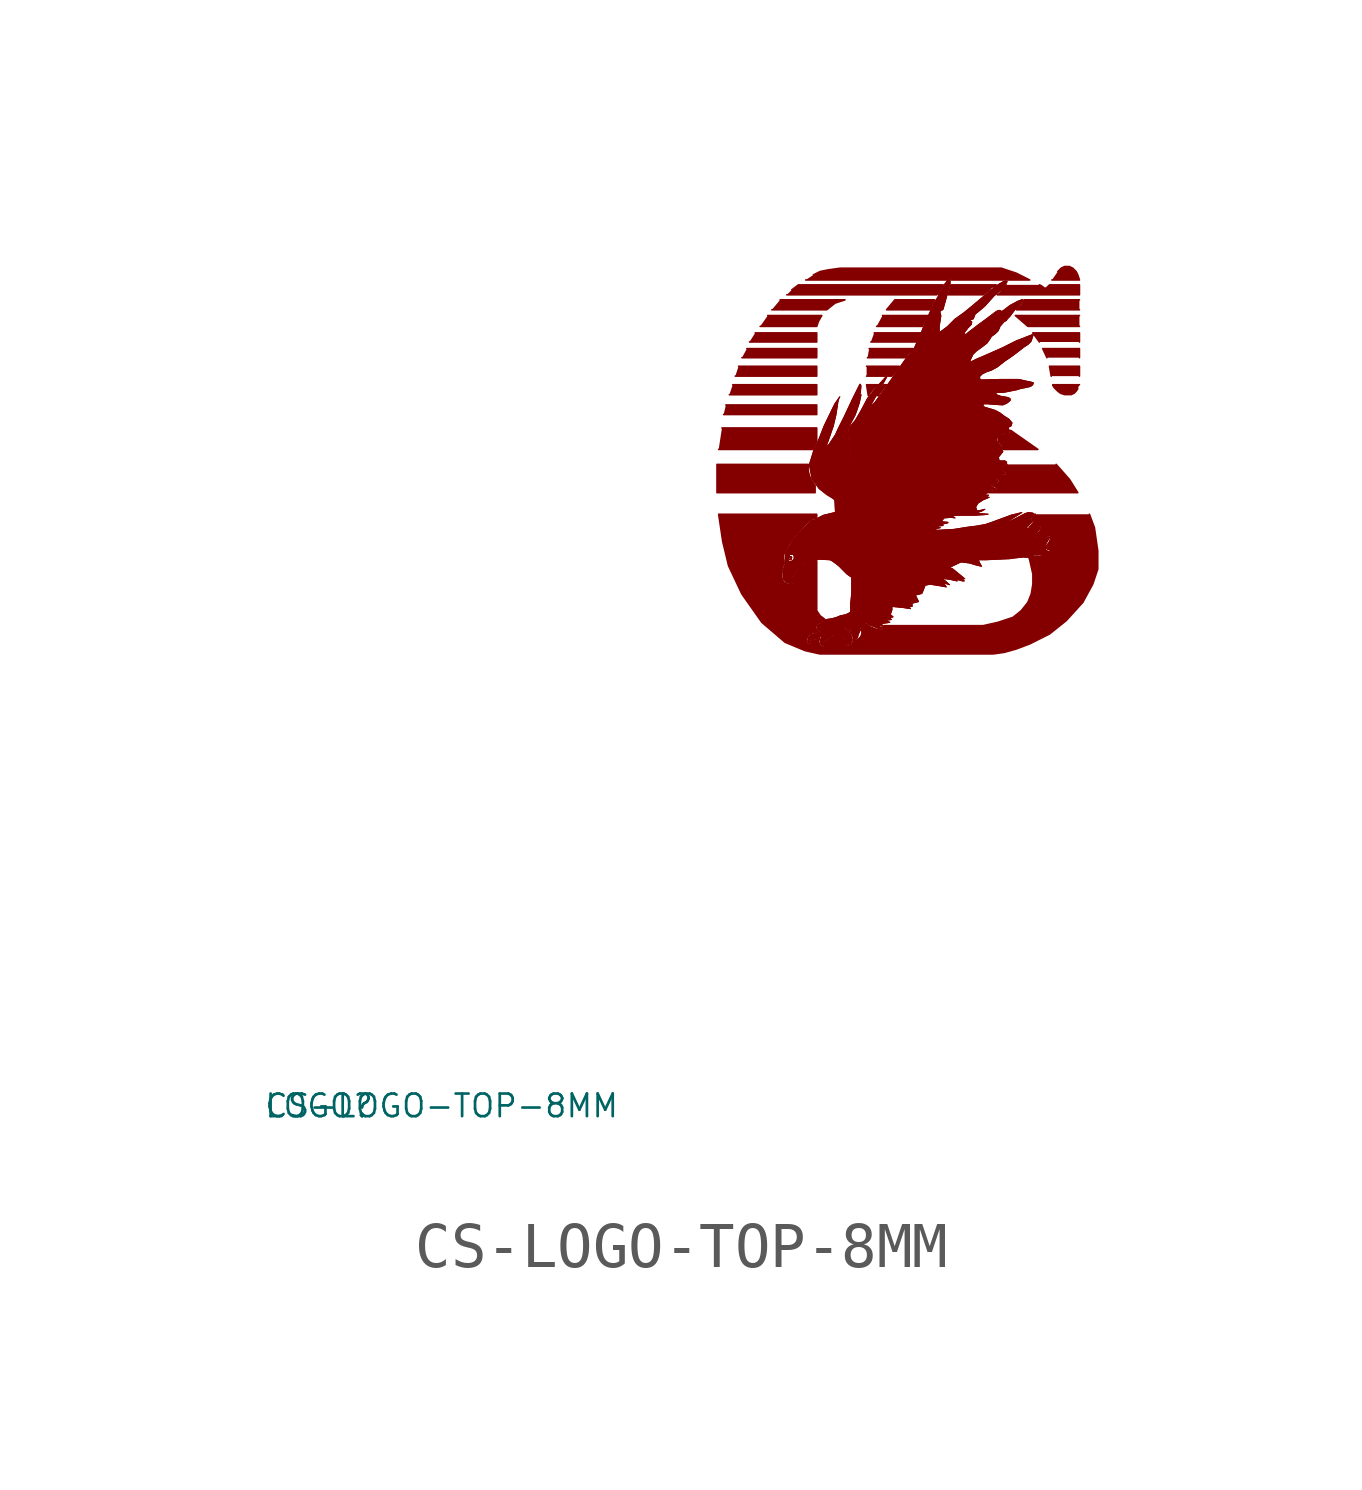
<source format=kicad_sym>
(kicad_symbol_lib
  (version 20220914)
  (generator Eagle2Kicad)
  (symbol "CS-LOGO-TOP-8MM"
    (property "Reference" "LOGO"
      (at -10 -10 0)
      (effects (font (size 0.5 0.5) (thickness 0.06)) (justify left)))
    (property "Value" "CS-LOGO-TOP-8MM"
      (at -10 -10 0)
      (effects (font (size 0.5 0.5) (thickness 0.06)) (justify left)))
    (polyline
      (pts (xy 2.093 0.232) (xy 2.069 0.244) (xy 2.045 0.28) (xy 2.069 0.376) (xy 2.117 0.425) (xy 2.225 0.461) (xy 2.298 0.485) (xy 2.346 0.509) (xy 2.382 0.545) (xy 2.37 0.605) (xy 2.322 0.617) (xy 2.286 0.593) (xy 2.286 0.533) (xy 2.262 0.557) (xy 2.25 0.605) (xy 2.274 0.641) (xy 2.322 0.665) (xy 2.37 0.689) (xy 2.394 0.713) (xy 2.43 0.749) (xy 2.454 0.761) (xy 2.598 0.785) (xy 2.682 0.809) (xy 2.767 0.845) (xy 2.827 0.857) (xy 2.887 0.869) (xy 2.983 0.917) (xy 2.995 0.93) (xy 2.995 1.11) (xy 3.019 1.362) (xy 3.019 1.699) (xy 2.995 1.711) (xy 2.911 1.771) (xy 2.827 1.855) (xy 2.743 1.94) (xy 2.67 2) (xy 2.586 2.06) (xy 2.538 2.084) (xy 2.286 2.096) (xy 1.949 1.988) (xy 1.817 1.879) (xy 1.708 1.735) (xy 1.684 1.699) (xy 1.684 1.603) (xy 1.72 1.555) (xy 1.672 1.555) (xy 1.576 1.579) (xy 1.504 1.663) (xy 1.492 1.843) (xy 1.552 2) (xy 1.552 2.012) (xy 1.54 2.048) (xy 1.552 2.228) (xy 1.6 2.324) (xy 1.72 2.517) (xy 1.901 2.733) (xy 2.153 2.974) (xy 2.141 2.938) (xy 2.153 2.938) (xy 2.25 2.998) (xy 2.394 3.07) (xy 2.646 3.13) (xy 2.658 3.142) (xy 2.646 3.394) (xy 2.622 3.431) (xy 2.466 3.527) (xy 2.298 3.659) (xy 2.141 3.875) (xy 2.081 4.188) (xy 2.177 4.501) (xy 2.298 4.765) (xy 2.406 5.042) (xy 2.574 5.39) (xy 2.646 5.535) (xy 2.755 5.691) (xy 2.731 5.643) (xy 2.718 5.607) (xy 2.67 5.294) (xy 2.61 5.042) (xy 2.514 4.765) (xy 2.454 4.597) (xy 2.466 4.597) (xy 2.514 4.633) (xy 2.658 4.849) (xy 2.718 4.982) (xy 2.851 5.246) (xy 3.031 5.631) (xy 3.199 5.968) (xy 3.211 5.968) (xy 3.223 5.932) (xy 3.211 5.775) (xy 3.175 5.739) (xy 3.175 5.727) (xy 3.199 5.739) (xy 3.223 5.739) (xy 3.223 5.727) (xy 3.187 5.559) (xy 3.127 5.378) (xy 3.091 5.282) (xy 3.007 5.126) (xy 2.935 4.994) (xy 3.199 2.252) (xy 1.648 2.216) (xy 1.6 2.144) (xy 1.6 2.084) (xy 1.612 2.048) (xy 1.636 2.036) (xy 1.684 2.036) (xy 1.745 2.084) (xy 1.745 2.192) (xy 1.72 2.216) (xy 1.901 2.216) (xy 3.199 2.252) (xy 3.332 0.689) (xy 3.235 0.593) (xy 3.199 0.569) (xy 3.211 0.533) (xy 3.115 0.328) (xy 3.151 0.364) (xy 3.151 0.497) (xy 3.031 0.497) (xy 3.019 0.509) (xy 2.959 0.581) (xy 2.899 0.593) (xy 2.851 0.557) (xy 2.923 0.509) (xy 2.995 0.437) (xy 3.031 0.304) (xy 2.995 0.232) (xy 2.911 0.184) (xy 2.959 0.232) (xy 2.959 0.34) (xy 2.875 0.34) (xy 2.839 0.376) (xy 2.743 0.437) (xy 2.634 0.437) (xy 2.598 0.412) (xy 2.562 0.364) (xy 2.514 0.364) (xy 2.406 0.292) (xy 2.37 0.268) (xy 2.358 0.22) (xy 2.394 0.172) (xy 2.37 0.184) (xy 2.322 0.232) (xy 2.322 0.316) (xy 2.394 0.412) (xy 2.346 0.388) (xy 2.213 0.328) (xy 2.201 0.328) (xy 2.165 0.364) (xy 2.129 0.364) (xy 2.093 0.304))
      (stroke (width 0.012) (type default))
      (fill (type outline)))
    (polyline
      (pts (xy 2.947 4.994) (xy 2.971 5.018) (xy 3.103 5.174) (xy 3.235 5.402) (xy 3.368 5.655) (xy 3.56 5.895) (xy 3.801 6.16) (xy 3.801 6.148) (xy 3.777 6.1) (xy 3.584 5.763) (xy 3.416 5.463) (xy 3.452 5.487) (xy 3.536 5.571) (xy 3.692 5.787) (xy 3.789 5.92) (xy 4.005 6.232) (xy 4.234 6.557) (xy 4.354 6.701) (xy 4.402 6.761) (xy 4.582 7.17) (xy 4.642 7.326) (xy 4.847 7.771) (xy 5.171 8.3) (xy 5.183 8.3) (xy 5.195 8.276) (xy 5.195 8.192) (xy 5.123 7.927) (xy 5.039 7.627) (xy 5.027 7.615) (xy 5.015 7.615) (xy 4.967 7.579) (xy 4.979 7.531) (xy 4.991 7.483) (xy 4.979 7.398) (xy 4.955 7.254) (xy 4.955 7.122) (xy 4.967 7.122) (xy 4.991 7.134) (xy 5.135 7.242) (xy 5.304 7.41) (xy 5.424 7.495) (xy 5.508 7.555) (xy 5.712 7.723) (xy 5.869 7.855) (xy 6.085 8.036) (xy 6.254 8.168) (xy 6.374 8.24) (xy 6.422 8.252) (xy 6.446 8.252) (xy 6.458 8.24) (xy 6.446 8.216) (xy 6.362 8.12) (xy 6.314 8.048) (xy 6.217 7.964) (xy 6.169 7.927) (xy 6.061 7.807) (xy 5.977 7.711) (xy 5.881 7.627) (xy 5.749 7.519) (xy 5.712 7.423) (xy 5.7 7.41) (xy 5.628 7.398) (xy 5.628 7.386) (xy 5.676 7.35) (xy 5.664 7.29) (xy 5.592 7.218) (xy 5.508 7.11) (xy 5.508 7.074) (xy 5.556 7.074) (xy 5.592 7.11) (xy 5.797 7.266) (xy 5.977 7.398) (xy 6.217 7.579) (xy 6.266 7.603) (xy 6.302 7.603) (xy 6.314 7.591) (xy 6.338 7.579) (xy 6.362 7.591) (xy 6.41 7.627) (xy 6.518 7.711) (xy 6.698 7.807) (xy 6.795 7.843) (xy 6.807 7.831) (xy 6.795 7.795) (xy 6.734 7.711) (xy 6.626 7.615) (xy 6.518 7.471) (xy 6.458 7.41) (xy 6.446 7.386) (xy 6.434 7.374) (xy 6.398 7.362) (xy 6.302 7.254) (xy 6.278 7.194) (xy 6.254 7.146) (xy 6.193 7.086) (xy 6.157 7.062) (xy 6.109 7.026) (xy 6.073 6.966) (xy 6.013 6.881) (xy 5.905 6.797) (xy 5.773 6.701) (xy 5.7 6.629) (xy 5.628 6.473) (xy 5.64 6.461) (xy 5.676 6.473) (xy 5.773 6.521) (xy 6.025 6.629) (xy 6.35 6.773) (xy 6.662 6.929) (xy 7.035 7.074) (xy 7.023 7.026) (xy 6.987 6.918) (xy 6.927 6.857) (xy 6.819 6.785) (xy 6.759 6.737) (xy 6.65 6.653) (xy 6.518 6.557) (xy 6.41 6.485) (xy 6.302 6.4) (xy 6.241 6.352) (xy 6.109 6.28) (xy 6.001 6.244) (xy 5.905 6.196) (xy 5.845 6.136) (xy 5.857 6.076) (xy 5.893 6.064) (xy 6.314 6.076) (xy 6.71 6.076) (xy 7.035 6.004) (xy 7.035 5.992) (xy 7.023 5.956) (xy 6.975 5.92) (xy 6.867 5.895) (xy 6.747 5.871) (xy 6.674 5.847) (xy 6.554 5.823) (xy 6.434 5.799) (xy 6.362 5.787) (xy 6.229 5.787) (xy 6.205 5.763) (xy 6.217 5.739) (xy 6.314 5.703) (xy 6.458 5.679) (xy 6.518 5.655) (xy 6.53 5.619) (xy 6.494 5.583) (xy 6.446 5.547) (xy 6.362 5.511) (xy 6.169 5.523) (xy 6.013 5.535) (xy 5.941 5.535) (xy 5.917 5.499) (xy 5.953 5.463) (xy 6.193 5.39) (xy 6.302 5.33) (xy 6.398 5.258) (xy 6.494 5.198) (xy 6.566 5.114) (xy 6.542 5.042) (xy 6.506 5.03) (xy 6.482 5.006) (xy 6.494 4.97) (xy 6.518 4.921) (xy 6.506 4.909) (xy 6.41 4.897) (xy 6.314 4.861) (xy 6.229 4.801) (xy 6.229 4.777) (xy 6.229 4.705) (xy 6.241 4.669) (xy 6.314 4.621) (xy 6.338 4.549) (xy 6.35 4.525) (xy 6.362 4.477) (xy 6.314 4.417) (xy 6.266 4.356) (xy 6.278 4.284) (xy 6.314 4.272) (xy 6.41 4.272) (xy 6.446 4.248) (xy 6.446 4.224) (xy 6.41 4.188) (xy 6.338 4.14) (xy 6.326 4.068) (xy 6.35 4.044) (xy 6.398 4.02) (xy 6.422 3.996) (xy 6.41 3.984) (xy 6.302 3.972) (xy 6.229 3.972) (xy 6.157 3.936) (xy 6.169 3.875) (xy 6.229 3.851) (xy 6.254 3.839) (xy 6.254 3.815) (xy 6.205 3.791) (xy 6.121 3.755) (xy 6.097 3.731) (xy 6.097 3.707) (xy 6.121 3.695) (xy 6.217 3.647) (xy 6.121 3.623) (xy 5.977 3.539) (xy 5.989 3.515) (xy 6.049 3.515) (xy 5.977 3.479) (xy 6.061 3.467) (xy 5.917 3.406) (xy 5.809 3.334) (xy 5.761 3.25) (xy 5.785 3.178) (xy 5.821 3.166) (xy 5.965 3.202) (xy 5.905 3.166) (xy 5.773 3.118) (xy 5.833 3.106) (xy 6.037 3.094) (xy 5.953 3.082) (xy 5.761 3.07) (xy 5.436 3.07) (xy 5.231 3.058) (xy 5.304 3.01) (xy 5.219 3.022) (xy 5.063 3.01) (xy 5.003 2.938) (xy 5.015 2.926) (xy 5.147 2.914) (xy 5.147 2.901) (xy 5.039 2.877) (xy 5.027 2.865) (xy 5.039 2.853) (xy 5.039 2.841) (xy 5.027 2.841) (xy 4.931 2.829) (xy 4.919 2.817) (xy 4.931 2.805) (xy 4.979 2.793) (xy 4.919 2.781) (xy 4.823 2.733) (xy 3.139 2.721))
      (stroke (width 0.012) (type default))
      (fill (type outline)))
    (polyline
      (pts (xy 3.151 2.721) (xy 4.835 2.733) (xy 5.28 2.757) (xy 5.58 2.805) (xy 5.773 2.829) (xy 5.977 2.865) (xy 6.121 2.914) (xy 6.542 3.07) (xy 6.783 3.13) (xy 6.398 2.889) (xy 6.422 2.889) (xy 6.578 2.962) (xy 6.855 3.106) (xy 6.927 3.13) (xy 7.023 3.118) (xy 7.059 3.094) (xy 6.939 2.962) (xy 6.999 2.974) (xy 7.047 2.974) (xy 7.035 2.95) (xy 6.879 2.793) (xy 6.879 2.781) (xy 6.903 2.781) (xy 7.191 2.817) (xy 7.179 2.769) (xy 7.119 2.697) (xy 7.059 2.661) (xy 7.059 2.613) (xy 7.107 2.589) (xy 7.288 2.577) (xy 7.384 2.589) (xy 7.396 2.577) (xy 7.3 2.409) (xy 7.3 2.396) (xy 7.348 2.348) (xy 7.288 2.3) (xy 7.3 2.3) (xy 7.456 2.228) (xy 7.312 2.204) (xy 7.023 2.192) (xy 7.083 2.132) (xy 6.819 2.144) (xy 6.59 2.12) (xy 6.518 2.108) (xy 5.989 2.084) (xy 5.821 2.084) (xy 5.833 2.048) (xy 5.869 1.976) (xy 5.893 1.94) (xy 5.785 1.964) (xy 5.628 2.012) (xy 5.436 2.036) (xy 5.183 1.915) (xy 5.256 1.879) (xy 5.52 1.663) (xy 5.448 1.687) (xy 5.508 1.615) (xy 5.472 1.615) (xy 5.424 1.627) (xy 5.34 1.651) (xy 5.352 1.615) (xy 5.292 1.627) (xy 5.195 1.651) (xy 4.991 1.675) (xy 5.075 1.627) (xy 5.183 1.531) (xy 5.039 1.579) (xy 5.087 1.519) (xy 5.111 1.483) (xy 4.979 1.507) (xy 4.751 1.543) (xy 4.642 1.519) (xy 4.606 1.423) (xy 4.57 1.338) (xy 4.426 1.302) (xy 4.498 1.158) (xy 4.354 1.122) (xy 4.354 1.05) (xy 4.282 1.05) (xy 4.318 1.002) (xy 4.161 1.026) (xy 3.921 1.05) (xy 3.909 1.038) (xy 3.909 1.002) (xy 3.909 0.978) (xy 3.885 0.905) (xy 3.861 0.881) (xy 3.933 0.821) (xy 3.861 0.797) (xy 3.897 0.761) (xy 3.801 0.749) (xy 3.777 0.737) (xy 3.861 0.701) (xy 3.801 0.689) (xy 3.704 0.677) (xy 3.68 0.665) (xy 3.704 0.617) (xy 3.62 0.629) (xy 3.632 0.605) (xy 3.704 0.545) (xy 3.632 0.557) (xy 3.392 0.653) (xy 3.332 0.701))
      (stroke (width 0.012) (type default))
      (fill (type outline)))
    (polyline
      (pts (xy 1.6 2.144) (xy 1.612 2.168) (xy 1.636 2.204) (xy 1.696 2.228) (xy 1.757 2.192) (xy 1.769 2.096) (xy 1.708 2.036) (xy 1.612 2.036) (xy 1.588 2.06) (xy 1.588 2.12) (xy 1.612 2.12) (xy 1.612 2.096) (xy 1.612 2.06) (xy 1.624 2.048) (xy 1.684 2.048) (xy 1.745 2.096) (xy 1.757 2.156) (xy 1.72 2.204) (xy 1.648 2.204) (xy 1.634 2.179) (xy 1.651 2.158) (xy 1.668 2.157) (xy 1.694 2.144) (xy 1.677 2.085) (xy 1.637 2.087) (xy 1.612 2.084) (xy 1.625 2.109) (xy 1.636 2.096) (xy 1.672 2.096) (xy 1.672 2.132) (xy 1.648 2.144) (xy 1.623 2.12) (xy 1.624 2.108))
      (stroke (width 0.012) (type default))
      (fill (type outline)))
    (polyline
      (pts (xy 2.093 0.232) (xy 2.069 0.244) (xy 2.045 0.28) (xy 2.069 0.376) (xy 2.117 0.425) (xy 2.225 0.461) (xy 2.298 0.485) (xy 2.346 0.509) (xy 2.382 0.545) (xy 2.37 0.605) (xy 2.322 0.617) (xy 2.286 0.593) (xy 2.286 0.533) (xy 2.262 0.557) (xy 2.25 0.605) (xy 2.274 0.641) (xy 2.322 0.665) (xy 2.37 0.689) (xy 2.394 0.713) (xy 2.43 0.749) (xy 2.454 0.761) (xy 2.598 0.785) (xy 2.682 0.809) (xy 2.767 0.845) (xy 2.827 0.857) (xy 2.887 0.869) (xy 2.983 0.917) (xy 2.995 0.93) (xy 2.995 1.11) (xy 3.019 1.362) (xy 3.019 1.699) (xy 2.995 1.711) (xy 2.911 1.771) (xy 2.827 1.855) (xy 2.743 1.94) (xy 2.67 2) (xy 2.586 2.06) (xy 2.538 2.084) (xy 2.286 2.096) (xy 1.949 1.988) (xy 1.817 1.879) (xy 1.708 1.735) (xy 1.684 1.699) (xy 1.684 1.603) (xy 1.72 1.555) (xy 1.672 1.555) (xy 1.576 1.579) (xy 1.504 1.663) (xy 1.492 1.843) (xy 1.552 2) (xy 1.552 2.012) (xy 1.54 2.048) (xy 1.552 2.228) (xy 1.6 2.324) (xy 1.72 2.517) (xy 1.901 2.733) (xy 2.153 2.974) (xy 2.141 2.938) (xy 2.153 2.938) (xy 2.25 2.998) (xy 2.394 3.07) (xy 2.646 3.13) (xy 2.658 3.142) (xy 2.646 3.394) (xy 2.622 3.431) (xy 2.466 3.527) (xy 2.298 3.659) (xy 2.141 3.875) (xy 2.081 4.188) (xy 2.177 4.501) (xy 2.298 4.765) (xy 2.406 5.042) (xy 2.574 5.39) (xy 2.646 5.535) (xy 2.755 5.691) (xy 2.731 5.643) (xy 2.718 5.607) (xy 2.67 5.294) (xy 2.61 5.042) (xy 2.514 4.765) (xy 2.454 4.597) (xy 2.466 4.597) (xy 2.514 4.633) (xy 2.658 4.849) (xy 2.718 4.982) (xy 2.851 5.246) (xy 3.031 5.631) (xy 3.199 5.968) (xy 3.211 5.968) (xy 3.223 5.932) (xy 3.211 5.775) (xy 3.175 5.739) (xy 3.175 5.727) (xy 3.199 5.739) (xy 3.223 5.739) (xy 3.223 5.727) (xy 3.187 5.559) (xy 3.127 5.378) (xy 3.091 5.282) (xy 3.007 5.126) (xy 2.935 4.994) (xy 3.199 2.252) (xy 1.648 2.216) (xy 1.6 2.144) (xy 1.6 2.084) (xy 1.612 2.048) (xy 1.636 2.036) (xy 1.684 2.036) (xy 1.745 2.084) (xy 1.745 2.192) (xy 1.72 2.216) (xy 1.901 2.216) (xy 3.199 2.252) (xy 3.332 0.689) (xy 3.235 0.593) (xy 3.199 0.569) (xy 3.211 0.533) (xy 3.115 0.328) (xy 3.151 0.364) (xy 3.151 0.497) (xy 3.031 0.497) (xy 3.019 0.509) (xy 2.959 0.581) (xy 2.899 0.593) (xy 2.851 0.557) (xy 2.923 0.509) (xy 2.995 0.437) (xy 3.031 0.304) (xy 2.995 0.232) (xy 2.911 0.184) (xy 2.959 0.232) (xy 2.959 0.34) (xy 2.875 0.34) (xy 2.839 0.376) (xy 2.743 0.437) (xy 2.634 0.437) (xy 2.598 0.412) (xy 2.562 0.364) (xy 2.514 0.364) (xy 2.406 0.292) (xy 2.37 0.268) (xy 2.358 0.22) (xy 2.394 0.172) (xy 2.37 0.184) (xy 2.322 0.232) (xy 2.322 0.316) (xy 2.394 0.412) (xy 2.346 0.388) (xy 2.213 0.328) (xy 2.201 0.328) (xy 2.165 0.364) (xy 2.129 0.364) (xy 2.093 0.304))
      (stroke (width 0.012) (type default))
      (fill (type outline)))
    (polyline
      (pts (xy 2.947 4.994) (xy 2.971 5.018) (xy 3.103 5.174) (xy 3.235 5.402) (xy 3.368 5.655) (xy 3.56 5.895) (xy 3.801 6.16) (xy 3.801 6.148) (xy 3.777 6.1) (xy 3.584 5.763) (xy 3.416 5.463) (xy 3.452 5.487) (xy 3.536 5.571) (xy 3.692 5.787) (xy 3.789 5.92) (xy 4.005 6.232) (xy 4.234 6.557) (xy 4.354 6.701) (xy 4.402 6.761) (xy 4.582 7.17) (xy 4.642 7.326) (xy 4.847 7.771) (xy 5.171 8.3) (xy 5.183 8.3) (xy 5.195 8.276) (xy 5.195 8.192) (xy 5.123 7.927) (xy 5.039 7.627) (xy 5.027 7.615) (xy 5.015 7.615) (xy 4.967 7.579) (xy 4.979 7.531) (xy 4.991 7.483) (xy 4.979 7.398) (xy 4.955 7.254) (xy 4.955 7.122) (xy 4.967 7.122) (xy 4.991 7.134) (xy 5.135 7.242) (xy 5.304 7.41) (xy 5.424 7.495) (xy 5.508 7.555) (xy 5.712 7.723) (xy 5.869 7.855) (xy 6.085 8.036) (xy 6.254 8.168) (xy 6.374 8.24) (xy 6.422 8.252) (xy 6.446 8.252) (xy 6.458 8.24) (xy 6.446 8.216) (xy 6.362 8.12) (xy 6.314 8.048) (xy 6.217 7.964) (xy 6.169 7.927) (xy 6.061 7.807) (xy 5.977 7.711) (xy 5.881 7.627) (xy 5.749 7.519) (xy 5.712 7.423) (xy 5.7 7.41) (xy 5.628 7.398) (xy 5.628 7.386) (xy 5.676 7.35) (xy 5.664 7.29) (xy 5.592 7.218) (xy 5.508 7.11) (xy 5.508 7.074) (xy 5.556 7.074) (xy 5.592 7.11) (xy 5.797 7.266) (xy 5.977 7.398) (xy 6.217 7.579) (xy 6.266 7.603) (xy 6.302 7.603) (xy 6.314 7.591) (xy 6.338 7.579) (xy 6.362 7.591) (xy 6.41 7.627) (xy 6.518 7.711) (xy 6.698 7.807) (xy 6.795 7.843) (xy 6.807 7.831) (xy 6.795 7.795) (xy 6.734 7.711) (xy 6.626 7.615) (xy 6.518 7.471) (xy 6.458 7.41) (xy 6.446 7.386) (xy 6.434 7.374) (xy 6.398 7.362) (xy 6.302 7.254) (xy 6.278 7.194) (xy 6.254 7.146) (xy 6.193 7.086) (xy 6.157 7.062) (xy 6.109 7.026) (xy 6.073 6.966) (xy 6.013 6.881) (xy 5.905 6.797) (xy 5.773 6.701) (xy 5.7 6.629) (xy 5.628 6.473) (xy 5.64 6.461) (xy 5.676 6.473) (xy 5.773 6.521) (xy 6.025 6.629) (xy 6.35 6.773) (xy 6.662 6.929) (xy 7.035 7.074) (xy 7.023 7.026) (xy 6.987 6.918) (xy 6.927 6.857) (xy 6.819 6.785) (xy 6.759 6.737) (xy 6.65 6.653) (xy 6.518 6.557) (xy 6.41 6.485) (xy 6.302 6.4) (xy 6.241 6.352) (xy 6.109 6.28) (xy 6.001 6.244) (xy 5.905 6.196) (xy 5.845 6.136) (xy 5.857 6.076) (xy 5.893 6.064) (xy 6.314 6.076) (xy 6.71 6.076) (xy 7.035 6.004) (xy 7.035 5.992) (xy 7.023 5.956) (xy 6.975 5.92) (xy 6.867 5.895) (xy 6.747 5.871) (xy 6.674 5.847) (xy 6.554 5.823) (xy 6.434 5.799) (xy 6.362 5.787) (xy 6.229 5.787) (xy 6.205 5.763) (xy 6.217 5.739) (xy 6.314 5.703) (xy 6.458 5.679) (xy 6.518 5.655) (xy 6.53 5.619) (xy 6.494 5.583) (xy 6.446 5.547) (xy 6.362 5.511) (xy 6.169 5.523) (xy 6.013 5.535) (xy 5.941 5.535) (xy 5.917 5.499) (xy 5.953 5.463) (xy 6.193 5.39) (xy 6.302 5.33) (xy 6.398 5.258) (xy 6.494 5.198) (xy 6.566 5.114) (xy 6.542 5.042) (xy 6.506 5.03) (xy 6.482 5.006) (xy 6.494 4.97) (xy 6.518 4.921) (xy 6.506 4.909) (xy 6.41 4.897) (xy 6.314 4.861) (xy 6.229 4.801) (xy 6.229 4.777) (xy 6.229 4.705) (xy 6.241 4.669) (xy 6.314 4.621) (xy 6.338 4.549) (xy 6.35 4.525) (xy 6.362 4.477) (xy 6.314 4.417) (xy 6.266 4.356) (xy 6.278 4.284) (xy 6.314 4.272) (xy 6.41 4.272) (xy 6.446 4.248) (xy 6.446 4.224) (xy 6.41 4.188) (xy 6.338 4.14) (xy 6.326 4.068) (xy 6.35 4.044) (xy 6.398 4.02) (xy 6.422 3.996) (xy 6.41 3.984) (xy 6.302 3.972) (xy 6.229 3.972) (xy 6.157 3.936) (xy 6.169 3.875) (xy 6.229 3.851) (xy 6.254 3.839) (xy 6.254 3.815) (xy 6.205 3.791) (xy 6.121 3.755) (xy 6.097 3.731) (xy 6.097 3.707) (xy 6.121 3.695) (xy 6.217 3.647) (xy 6.121 3.623) (xy 5.977 3.539) (xy 5.989 3.515) (xy 6.049 3.515) (xy 5.977 3.479) (xy 6.061 3.467) (xy 5.917 3.406) (xy 5.809 3.334) (xy 5.761 3.25) (xy 5.785 3.178) (xy 5.821 3.166) (xy 5.965 3.202) (xy 5.905 3.166) (xy 5.773 3.118) (xy 5.833 3.106) (xy 6.037 3.094) (xy 5.953 3.082) (xy 5.761 3.07) (xy 5.436 3.07) (xy 5.231 3.058) (xy 5.304 3.01) (xy 5.219 3.022) (xy 5.063 3.01) (xy 5.003 2.938) (xy 5.015 2.926) (xy 5.147 2.914) (xy 5.147 2.901) (xy 5.039 2.877) (xy 5.027 2.865) (xy 5.039 2.853) (xy 5.039 2.841) (xy 5.027 2.841) (xy 4.931 2.829) (xy 4.919 2.817) (xy 4.931 2.805) (xy 4.979 2.793) (xy 4.919 2.781) (xy 4.823 2.733) (xy 3.139 2.721))
      (stroke (width 0.012) (type default))
      (fill (type outline)))
    (polyline
      (pts (xy 3.151 2.721) (xy 4.835 2.733) (xy 5.28 2.757) (xy 5.58 2.805) (xy 5.773 2.829) (xy 5.977 2.865) (xy 6.121 2.914) (xy 6.542 3.07) (xy 6.783 3.13) (xy 6.398 2.889) (xy 6.422 2.889) (xy 6.578 2.962) (xy 6.855 3.106) (xy 6.927 3.13) (xy 7.023 3.118) (xy 7.059 3.094) (xy 6.939 2.962) (xy 6.999 2.974) (xy 7.047 2.974) (xy 7.035 2.95) (xy 6.879 2.793) (xy 6.879 2.781) (xy 6.903 2.781) (xy 7.191 2.817) (xy 7.179 2.769) (xy 7.119 2.697) (xy 7.059 2.661) (xy 7.059 2.613) (xy 7.107 2.589) (xy 7.288 2.577) (xy 7.384 2.589) (xy 7.396 2.577) (xy 7.3 2.409) (xy 7.3 2.396) (xy 7.348 2.348) (xy 7.288 2.3) (xy 7.3 2.3) (xy 7.456 2.228) (xy 7.312 2.204) (xy 7.023 2.192) (xy 7.083 2.132) (xy 6.819 2.144) (xy 6.59 2.12) (xy 6.518 2.108) (xy 5.989 2.084) (xy 5.821 2.084) (xy 5.833 2.048) (xy 5.869 1.976) (xy 5.893 1.94) (xy 5.785 1.964) (xy 5.628 2.012) (xy 5.436 2.036) (xy 5.183 1.915) (xy 5.256 1.879) (xy 5.52 1.663) (xy 5.448 1.687) (xy 5.508 1.615) (xy 5.472 1.615) (xy 5.424 1.627) (xy 5.34 1.651) (xy 5.352 1.615) (xy 5.292 1.627) (xy 5.195 1.651) (xy 4.991 1.675) (xy 5.075 1.627) (xy 5.183 1.531) (xy 5.039 1.579) (xy 5.087 1.519) (xy 5.111 1.483) (xy 4.979 1.507) (xy 4.751 1.543) (xy 4.642 1.519) (xy 4.606 1.423) (xy 4.57 1.338) (xy 4.426 1.302) (xy 4.498 1.158) (xy 4.354 1.122) (xy 4.354 1.05) (xy 4.282 1.05) (xy 4.318 1.002) (xy 4.161 1.026) (xy 3.921 1.05) (xy 3.909 1.038) (xy 3.909 1.002) (xy 3.909 0.978) (xy 3.885 0.905) (xy 3.861 0.881) (xy 3.933 0.821) (xy 3.861 0.797) (xy 3.897 0.761) (xy 3.801 0.749) (xy 3.777 0.737) (xy 3.861 0.701) (xy 3.801 0.689) (xy 3.704 0.677) (xy 3.68 0.665) (xy 3.704 0.617) (xy 3.62 0.629) (xy 3.632 0.605) (xy 3.704 0.545) (xy 3.632 0.557) (xy 3.392 0.653) (xy 3.332 0.701))
      (stroke (width 0.012) (type default))
      (fill (type outline)))
    (polyline
      (pts (xy 1.6 2.144) (xy 1.612 2.168) (xy 1.636 2.204) (xy 1.696 2.228) (xy 1.757 2.192) (xy 1.769 2.096) (xy 1.708 2.036) (xy 1.612 2.036) (xy 1.588 2.06) (xy 1.588 2.12) (xy 1.612 2.12) (xy 1.612 2.096) (xy 1.612 2.06) (xy 1.624 2.048) (xy 1.684 2.048) (xy 1.745 2.096) (xy 1.757 2.156) (xy 1.72 2.204) (xy 1.648 2.204) (xy 1.634 2.179) (xy 1.651 2.158) (xy 1.668 2.157) (xy 1.694 2.144) (xy 1.677 2.085) (xy 1.637 2.087) (xy 1.612 2.084) (xy 1.625 2.109) (xy 1.636 2.096) (xy 1.672 2.096) (xy 1.672 2.132) (xy 1.648 2.144) (xy 1.623 2.12) (xy 1.624 2.108))
      (stroke (width 0.012) (type default))
      (fill (type outline)))
    (polyline
      (pts (xy 2.052 4.115) (xy 2.053 4.106) (xy 2.053 4.098) (xy 2.054 4.097) (xy 2.061 4.032) (xy 2.06 4.03) (xy 2.063 4.022) (xy 2.063 4.014) (xy 2.065 4.013) (xy 2.082 3.95) (xy 2.082 3.948) (xy 2.085 3.941) (xy 2.087 3.933) (xy 2.089 3.932) (xy 2.116 3.873) (xy 2.115 3.871) (xy 2.12 3.864) (xy 2.123 3.856) (xy 2.125 3.855) (xy 2.188 3.756) (xy 2.188 3.755) (xy 2.193 3.748) (xy 2.198 3.741) (xy 2.199 3.74) (xy 2.208 3.73) (xy 2.208 3.569) (xy 0.037 3.569) (xy 0.037 4.195) (xy 2.057 4.195) (xy 2.057 4.191) (xy 2.055 4.183) (xy 2.056 4.181) (xy 2.054 4.116))
      (stroke (width 0.036) (type default))
      (fill (type outline)))
    (polyline
      (pts (xy 0.147 5.001) (xy 2.244 5.001) (xy 2.244 4.707) (xy 2.162 4.526) (xy 0.074 4.526))
      (stroke (width 0.036) (type default))
      (fill (type outline)))
    (polyline
      (pts (xy 0.234 5.51) (xy 2.244 5.51) (xy 2.244 5.298) (xy 0.184 5.298))
      (stroke (width 0.036) (type default))
      (fill (type outline)))
    (polyline
      (pts (xy 0.385 5.958) (xy 2.244 5.958) (xy 2.244 5.737) (xy 0.311 5.737))
      (stroke (width 0.036) (type default))
      (fill (type outline)))
    (polyline
      (pts (xy 0.515 6.366) (xy 2.244 6.366) (xy 2.244 6.148) (xy 0.442 6.148))
      (stroke (width 0.036) (type default))
      (fill (type outline)))
    (polyline
      (pts (xy 0.699 6.757) (xy 2.244 6.757) (xy 2.244 6.556) (xy 0.589 6.556))
      (stroke (width 0.036) (type default))
      (fill (type outline)))
    (polyline
      (pts (xy 0.883 7.105) (xy 2.244 7.105) (xy 2.244 6.904) (xy 0.756 6.904))
      (stroke (width 0.036) (type default))
      (fill (type outline)))
    (polyline
      (pts (xy 1.161 7.489) (xy 2.355 7.489) (xy 2.281 7.359) (xy 2.244 7.249) (xy 0.993 7.249))
      (stroke (width 0.036) (type default))
      (fill (type outline)))
    (polyline
      (pts (xy 1.435 7.837) (xy 2.87 7.837) (xy 2.649 7.764) (xy 2.465 7.617) (xy 1.251 7.617))
      (stroke (width 0.036) (type default))
      (fill (type outline)))
    (polyline
      (pts (xy 1.693 8.058) (xy 1.84 8.168) (xy 5.039 8.168) (xy 5.03 8.157) (xy 5.029 8.157) (xy 5.024 8.15) (xy 5.019 8.143) (xy 5.019 8.141) (xy 4.92 7.979) (xy 4.918 7.978) (xy 4.914 7.97) (xy 4.91 7.963) (xy 4.91 7.961) (xy 4.904 7.948) (xy 1.582 7.948))
      (stroke (width 0.036) (type default))
      (fill (type outline)))
    (polyline
      (pts (xy 6.079 8.061) (xy 6.079 8.061) (xy 6.071 8.056) (xy 6.063 8.05) (xy 6.063 8.049) (xy 5.965 7.976) (xy 5.964 7.976) (xy 5.957 7.97) (xy 5.95 7.964) (xy 5.95 7.963) (xy 5.933 7.948) (xy 5.154 7.948) (xy 5.214 8.168) (xy 6.216 8.168) (xy 6.156 8.118))
      (stroke (width 0.036) (type default))
      (fill (type outline)))
    (polyline
      (pts (xy 7.172 8.168) (xy 7.209 8.152) (xy 7.285 8.095) (xy 7.322 8.095) (xy 7.396 8.168) (xy 8.058 8.168) (xy 8.058 7.948) (xy 6.242 7.948) (xy 6.251 7.952) (xy 6.253 7.951) (xy 6.26 7.956) (xy 6.267 7.959) (xy 6.268 7.961) (xy 6.282 7.972) (xy 6.285 7.972) (xy 6.29 7.978) (xy 6.296 7.982) (xy 6.297 7.985) (xy 6.309 7.998) (xy 6.312 7.998) (xy 6.316 8.005) (xy 6.321 8.011) (xy 6.321 8.013) (xy 6.329 8.027) (xy 6.33 8.027) (xy 6.335 8.035) (xy 6.34 8.043) (xy 6.34 8.044) (xy 6.356 8.072) (xy 6.381 8.104) (xy 6.437 8.168))
      (stroke (width 0.036) (type default))
      (fill (type outline)))
    (polyline
      (pts (xy 2.171 8.389) (xy 2.318 8.463) (xy 2.502 8.5) (xy 2.76 8.536) (xy 6.329 8.536) (xy 6.66 8.426) (xy 6.957 8.276) (xy 5.223 8.276) (xy 5.201 8.317) (xy 5.198 8.322) (xy 5.197 8.322) (xy 5.196 8.324) (xy 5.191 8.325) (xy 5.187 8.328) (xy 5.184 8.327) (xy 5.182 8.329) (xy 5.177 8.328) (xy 5.173 8.329) (xy 5.17 8.327) (xy 5.167 8.328) (xy 5.164 8.325) (xy 5.159 8.324) (xy 5.159 8.323) (xy 5.158 8.323) (xy 5.154 8.318) (xy 5.131 8.276) (xy 2.001 8.276))
      (stroke (width 0.036) (type default))
      (fill (type outline)))
    (polyline
      (pts (xy 7.58 8.463) (xy 7.653 8.536) (xy 7.727 8.573) (xy 7.837 8.573) (xy 7.911 8.536) (xy 7.984 8.463) (xy 8.021 8.389) (xy 8.058 8.276) (xy 7.449 8.276))
      (stroke (width 0.036) (type default))
      (fill (type outline)))
    (polyline
      (pts (xy 8.058 7.617) (xy 6.663 7.617) (xy 6.694 7.647) (xy 6.742 7.686) (xy 6.743 7.686) (xy 6.75 7.692) (xy 6.758 7.698) (xy 6.758 7.699) (xy 6.764 7.705) (xy 6.767 7.705) (xy 6.772 7.711) (xy 6.778 7.716) (xy 6.778 7.718) (xy 6.785 7.726) (xy 6.787 7.727) (xy 6.791 7.734) (xy 6.797 7.74) (xy 6.796 7.742) (xy 6.802 7.752) (xy 6.804 7.752) (xy 6.807 7.76) (xy 6.811 7.767) (xy 6.811 7.769) (xy 6.814 7.778) (xy 6.815 7.778) (xy 6.818 7.787) (xy 6.821 7.796) (xy 6.821 7.796) (xy 6.827 7.816) (xy 6.829 7.817) (xy 6.83 7.825) (xy 6.831 7.826) (xy 6.833 7.83) (xy 6.833 7.832) (xy 6.833 7.833) (xy 6.832 7.835) (xy 6.832 7.835) (xy 6.832 7.837) (xy 8.058 7.837))
      (stroke (width 0.036) (type default))
      (fill (type outline)))
    (polyline
      (pts (xy 8.058 7.249) (xy 6.917 7.249) (xy 6.64 7.489) (xy 8.058 7.489))
      (stroke (width 0.036) (type default))
      (fill (type outline)))
    (polyline
      (pts (xy 7.172 6.904) (xy 7.025 7.105) (xy 8.058 7.105) (xy 8.058 6.904))
      (stroke (width 0.036) (type default))
      (fill (type outline)))
    (polyline
      (pts (xy 7.339 6.556) (xy 7.245 6.757) (xy 8.058 6.757) (xy 8.058 6.556))
      (stroke (width 0.036) (type default))
      (fill (type outline)))
    (polyline
      (pts (xy 7.433 6.148) (xy 7.396 6.366) (xy 8.058 6.366) (xy 8.058 6.148))
      (stroke (width 0.036) (type default))
      (fill (type outline)))
    (polyline
      (pts (xy 8.021 5.867) (xy 8.02 5.87) (xy 7.984 5.814) (xy 7.94 5.77) (xy 7.874 5.74) (xy 7.727 5.74) (xy 7.64 5.77) (xy 7.58 5.814) (xy 7.506 5.887) (xy 7.469 5.941) (xy 7.469 5.958) (xy 8.058 5.958))
      (stroke (width 0.036) (type default))
      (fill (type outline)))
    (polyline
      (pts (xy 4.829 7.791) (xy 4.825 7.781) (xy 4.82 7.773) (xy 4.82 7.772) (xy 4.749 7.617) (xy 3.79 7.617) (xy 3.974 7.837) (xy 4.851 7.837) (xy 4.829 7.791))
      (stroke (width 0.036) (type default))
      (fill (type outline)))
    (polyline
      (pts (xy 3.7 7.489) (xy 4.701 7.489) (xy 4.624 7.345) (xy 4.624 7.345) (xy 4.62 7.336) (xy 4.616 7.327) (xy 4.616 7.327) (xy 4.589 7.267) (xy 4.588 7.267) (xy 4.585 7.258) (xy 4.582 7.25) (xy 4.582 7.249) (xy 4.582 7.249) (xy 3.569 7.249))
      (stroke (width 0.036) (type default))
      (fill (type outline)))
    (polyline
      (pts (xy 3.516 7.105) (xy 4.542 7.105) (xy 4.513 7.036) (xy 4.474 6.942) (xy 4.461 6.904) (xy 3.442 6.904))
      (stroke (width 0.036) (type default))
      (fill (type outline)))
    (polyline
      (pts (xy 3.405 6.757) (xy 4.377 6.757) (xy 4.278 6.654) (xy 4.277 6.654) (xy 4.272 6.647) (xy 4.266 6.64) (xy 4.266 6.639) (xy 4.22 6.579) (xy 4.219 6.579) (xy 4.214 6.571) (xy 4.208 6.564) (xy 4.208 6.563) (xy 4.187 6.556) (xy 3.368 6.556))
      (stroke (width 0.036) (type default))
      (fill (type outline)))
    (polyline
      (pts (xy 3.348 6.366) (xy 4.069 6.366) (xy 3.991 6.254) (xy 3.991 6.254) (xy 3.985 6.245) (xy 3.979 6.238) (xy 3.979 6.238) (xy 3.909 6.148) (xy 3.828 6.148) (xy 3.816 6.148) (xy 3.825 6.158) (xy 3.825 6.162) (xy 3.817 6.151) (xy 3.825 6.151) (xy 3.826 6.152) (xy 3.825 6.161) (xy 3.825 6.17) (xy 3.824 6.171) (xy 3.824 6.172) (xy 3.817 6.178) (xy 3.811 6.184) (xy 3.81 6.184) (xy 3.809 6.185) (xy 3.8 6.184) (xy 3.791 6.184) (xy 3.79 6.184) (xy 3.788 6.183) (xy 3.783 6.176) (xy 3.776 6.17) (xy 3.776 6.169) (xy 3.765 6.148) (xy 3.348 6.148))
      (stroke (width 0.036) (type default))
      (fill (type outline)))
    (polyline
      (pts (xy 3.55 5.92) (xy 3.543 5.913) (xy 3.536 5.905) (xy 3.536 5.905) (xy 3.477 5.845) (xy 3.476 5.845) (xy 3.47 5.838) (xy 3.464 5.831) (xy 3.464 5.83) (xy 3.422 5.777) (xy 3.385 5.717) (xy 3.348 5.958) (xy 3.606 5.958) (xy 3.55 5.92))
      (stroke (width 0.036) (type default))
      (fill (type outline)))
    (polyline
      (pts (xy 6.363 4.564) (xy 6.361 4.572) (xy 6.36 4.58) (xy 6.359 4.581) (xy 6.358 4.585) (xy 6.358 4.587) (xy 6.355 4.595) (xy 6.353 4.602) (xy 6.351 4.604) (xy 6.35 4.607) (xy 6.35 4.61) (xy 6.346 4.616) (xy 6.343 4.624) (xy 6.34 4.625) (xy 6.338 4.628) (xy 6.338 4.631) (xy 6.333 4.636) (xy 6.328 4.643) (xy 6.326 4.643) (xy 6.316 4.654) (xy 6.315 4.657) (xy 6.309 4.661) (xy 6.303 4.666) (xy 6.301 4.666) (xy 6.288 4.674) (xy 6.287 4.677) (xy 6.28 4.68) (xy 6.274 4.684) (xy 6.271 4.683) (xy 6.251 4.691) (xy 6.25 4.692) (xy 6.251 4.693) (xy 6.255 4.701) (xy 6.258 4.702) (xy 6.26 4.709) (xy 6.263 4.715) (xy 6.262 4.719) (xy 6.263 4.721) (xy 6.266 4.723) (xy 6.266 4.73) (xy 6.267 4.737) (xy 6.266 4.74) (xy 6.266 4.742) (xy 6.267 4.745) (xy 6.266 4.752) (xy 6.266 4.759) (xy 6.263 4.761) (xy 6.262 4.764) (xy 6.263 4.767) (xy 6.26 4.773) (xy 6.258 4.78) (xy 6.255 4.782) (xy 6.251 4.789) (xy 6.269 4.808) (xy 6.294 4.826) (xy 6.323 4.839) (xy 6.418 4.874) (xy 6.446 4.883) (xy 6.474 4.887) (xy 6.496 4.886) (xy 6.497 4.885) (xy 6.506 4.885) (xy 6.506 4.885) (xy 6.511 4.883) (xy 6.514 4.885) (xy 6.515 4.885) (xy 6.516 4.886) (xy 6.521 4.886) (xy 6.522 4.887) (xy 6.524 4.887) (xy 6.528 4.891) (xy 6.533 4.893) (xy 6.533 4.894) (xy 6.535 4.895) (xy 6.537 4.9) (xy 6.541 4.904) (xy 6.541 4.905) (xy 6.542 4.906) (xy 6.542 4.912) (xy 6.544 4.917) (xy 6.544 4.918) (xy 6.544 4.918) (xy 6.543 4.924) (xy 6.543 4.93) (xy 6.54 4.933) (xy 6.539 4.938) (xy 6.54 4.941) (xy 6.537 4.947) (xy 7.138 4.526) (xy 6.382 4.526) (xy 6.382 4.528) (xy 6.377 4.532) (xy 6.374 4.538) (xy 6.37 4.539) (xy 6.367 4.542) (xy 6.363 4.546) (xy 6.363 4.546) (xy 6.362 4.547) (xy 6.362 4.551) (xy 6.361 4.562))
      (stroke (width 0.036) (type default))
      (fill (type outline)))
    (polyline
      (pts (xy 7.543 4.195) (xy 7.837 3.863) (xy 8.021 3.569) (xy 6.054 3.569) (xy 6.055 3.57) (xy 6.09 3.587) (xy 6.128 3.599) (xy 6.221 3.623) (xy 6.228 3.623) (xy 6.23 3.625) (xy 6.233 3.626) (xy 6.237 3.632) (xy 6.242 3.637) (xy 6.242 3.64) (xy 6.244 3.643) (xy 6.242 3.65) (xy 6.242 3.657) (xy 6.239 3.66) (xy 6.239 3.663) (xy 6.233 3.666) (xy 6.22 3.679) (xy 6.219 3.681) (xy 6.213 3.686) (xy 6.208 3.691) (xy 6.205 3.691) (xy 6.194 3.698) (xy 6.192 3.7) (xy 6.185 3.703) (xy 6.179 3.707) (xy 6.176 3.707) (xy 6.164 3.711) (xy 6.162 3.714) (xy 6.155 3.715) (xy 6.148 3.717) (xy 6.145 3.716) (xy 6.125 3.719) (xy 6.121 3.72) (xy 6.137 3.736) (xy 6.159 3.751) (xy 6.183 3.761) (xy 6.201 3.765) (xy 6.201 3.765) (xy 6.21 3.767) (xy 6.22 3.77) (xy 6.221 3.77) (xy 6.222 3.77) (xy 6.225 3.769) (xy 6.232 3.772) (xy 6.239 3.774) (xy 6.24 3.777) (xy 6.244 3.779) (xy 6.247 3.778) (xy 6.253 3.783) (xy 6.26 3.786) (xy 6.261 3.789) (xy 6.264 3.793) (xy 6.268 3.793) (xy 6.272 3.799) (xy 6.276 3.802) (xy 6.277 3.803) (xy 6.277 3.803) (xy 6.277 3.803) (xy 6.277 3.803) (xy 6.279 3.809) (xy 6.282 3.814) (xy 6.282 3.814) (xy 6.282 3.815) (xy 6.282 3.821) (xy 6.284 3.827) (xy 6.284 3.827) (xy 6.284 3.828) (xy 6.282 3.834) (xy 6.282 3.84) (xy 6.282 3.84) (xy 6.282 3.841) (xy 6.279 3.846) (xy 6.277 3.852) (xy 6.277 3.852) (xy 6.277 3.852) (xy 6.277 3.852) (xy 6.276 3.852) (xy 6.272 3.856) (xy 6.268 3.862) (xy 6.267 3.862) (xy 6.266 3.862) (xy 6.26 3.866) (xy 6.254 3.87) (xy 6.254 3.87) (xy 6.254 3.871) (xy 6.247 3.872) (xy 6.24 3.876) (xy 6.237 3.875) (xy 6.234 3.875) (xy 6.225 3.877) (xy 6.225 3.877) (xy 6.215 3.879) (xy 6.199 3.886) (xy 6.184 3.895) (xy 6.18 3.899) (xy 6.178 3.903) (xy 6.176 3.908) (xy 6.176 3.913) (xy 6.176 3.918) (xy 6.179 3.923) (xy 6.185 3.932) (xy 6.194 3.939) (xy 6.204 3.945) (xy 6.215 3.947) (xy 6.229 3.947) (xy 6.256 3.946) (xy 6.257 3.945) (xy 6.266 3.945) (xy 6.274 3.945) (xy 6.275 3.946) (xy 6.294 3.947) (xy 6.294 3.946) (xy 6.304 3.947) (xy 6.313 3.948) (xy 6.314 3.948) (xy 6.406 3.959) (xy 6.409 3.957) (xy 6.414 3.958) (xy 6.42 3.958) (xy 6.421 3.958) (xy 6.422 3.958) (xy 6.427 3.961) (xy 6.432 3.963) (xy 6.433 3.964) (xy 6.434 3.964) (xy 6.437 3.968) (xy 6.442 3.971) (xy 6.442 3.973) (xy 6.443 3.973) (xy 6.444 3.979) (xy 6.447 3.983) (xy 6.447 3.985) (xy 6.448 3.986) (xy 6.447 3.991) (xy 6.448 3.996) (xy 6.448 3.997) (xy 6.448 3.997) (xy 6.445 4.003) (xy 6.445 4.009) (xy 6.443 4.01) (xy 6.443 4.011) (xy 6.439 4.017) (xy 6.436 4.023) (xy 6.436 4.023) (xy 6.43 4.028) (xy 6.425 4.034) (xy 6.425 4.034) (xy 6.419 4.037) (xy 6.413 4.041) (xy 6.41 4.041) (xy 6.408 4.042) (xy 6.399 4.046) (xy 6.399 4.046) (xy 6.384 4.052) (xy 6.364 4.064) (xy 6.354 4.072) (xy 6.346 4.081) (xy 6.343 4.088) (xy 6.341 4.095) (xy 6.342 4.102) (xy 6.344 4.109) (xy 6.347 4.115) (xy 6.353 4.121) (xy 6.415 4.162) (xy 6.416 4.162) (xy 6.424 4.168) (xy 6.432 4.173) (xy 6.432 4.174) (xy 6.434 4.174) (xy 6.44 4.179) (xy 6.446 4.184) (xy 6.447 4.186) (xy 6.448 4.187) (xy 6.45 4.188) (xy 6.455 4.194) (xy 6.455 4.195))
      (stroke (width 0.036) (type default))
      (fill (type outline)))
    (polyline
      (pts (xy 8.279 3.091) (xy 8.389 2.796) (xy 8.463 2.281) (xy 8.463 1.877) (xy 8.352 1.545) (xy 8.132 1.141) (xy 7.764 0.736) (xy 7.396 0.442) (xy 6.954 0.221) (xy 6.66 0.11) (xy 6.402 0.037) (xy 6.145 0) (xy 2.318 0) (xy 1.987 0.074) (xy 1.545 0.258) (xy 1.03 0.699) (xy 0.589 1.325) (xy 0.294 1.95) (xy 0.164 2.488) (xy 0.074 3.091) (xy 2.244 3.091) (xy 2.244 3.023) (xy 2.237 3.019) (xy 2.229 3.014) (xy 2.229 3.013) (xy 2.176 2.985) (xy 2.175 2.986) (xy 2.174 2.987) (xy 2.171 2.994) (xy 2.167 2.995) (xy 2.165 2.997) (xy 2.158 2.998) (xy 2.151 3) (xy 2.148 2.998) (xy 2.145 2.999) (xy 2.14 2.994) (xy 2.133 2.991) (xy 2.132 2.987) (xy 2.014 2.882) (xy 2.013 2.882) (xy 2.007 2.875) (xy 1.999 2.869) (xy 1.999 2.868) (xy 1.89 2.757) (xy 1.889 2.757) (xy 1.883 2.75) (xy 1.876 2.743) (xy 1.876 2.742) (xy 1.707 2.539) (xy 1.706 2.539) (xy 1.701 2.531) (xy 1.695 2.525) (xy 1.695 2.523) (xy 1.641 2.444) (xy 1.64 2.444) (xy 1.636 2.436) (xy 1.63 2.429) (xy 1.631 2.427) (xy 1.584 2.345) (xy 1.583 2.344) (xy 1.579 2.336) (xy 1.574 2.328) (xy 1.574 2.327) (xy 1.534 2.247) (xy 1.533 2.246) (xy 1.53 2.238) (xy 1.526 2.23) (xy 1.526 2.229) (xy 1.519 2.21) (xy 1.517 2.209) (xy 1.515 2.201) (xy 1.512 2.193) (xy 1.513 2.191) (xy 1.508 2.171) (xy 1.507 2.169) (xy 1.506 2.161) (xy 1.504 2.153) (xy 1.506 2.151) (xy 1.504 2.13) (xy 1.503 2.129) (xy 1.504 2.12) (xy 1.503 2.112) (xy 1.504 2.111) (xy 1.506 2.089) (xy 1.505 2.088) (xy 1.507 2.08) (xy 1.508 2.071) (xy 1.51 2.07) (xy 1.514 2.051) (xy 1.514 2.05) (xy 1.517 2.041) (xy 1.519 2.032) (xy 1.52 2.032) (xy 1.528 2.008) (xy 1.528 2.006) (xy 1.509 1.969) (xy 1.507 1.968) (xy 1.504 1.96) (xy 1.5 1.952) (xy 1.501 1.951) (xy 1.487 1.914) (xy 1.485 1.914) (xy 1.483 1.905) (xy 1.48 1.897) (xy 1.481 1.895) (xy 1.471 1.858) (xy 1.469 1.857) (xy 1.468 1.848) (xy 1.466 1.84) (xy 1.467 1.838) (xy 1.463 1.81) (xy 1.461 1.808) (xy 1.461 1.8) (xy 1.46 1.791) (xy 1.461 1.79) (xy 1.461 1.761) (xy 1.46 1.759) (xy 1.461 1.751) (xy 1.461 1.742) (xy 1.463 1.741) (xy 1.467 1.712) (xy 1.466 1.71) (xy 1.468 1.702) (xy 1.469 1.694) (xy 1.471 1.693) (xy 1.478 1.664) (xy 1.478 1.662) (xy 1.481 1.655) (xy 1.483 1.647) (xy 1.485 1.646) (xy 1.491 1.634) (xy 1.49 1.631) (xy 1.495 1.625) (xy 1.498 1.618) (xy 1.5 1.617) (xy 1.508 1.606) (xy 1.508 1.604) (xy 1.514 1.598) (xy 1.518 1.592) (xy 1.521 1.591) (xy 1.53 1.582) (xy 1.531 1.58) (xy 1.537 1.575) (xy 1.543 1.57) (xy 1.545 1.57) (xy 1.556 1.563) (xy 1.557 1.56) (xy 1.565 1.557) (xy 1.571 1.553) (xy 1.574 1.553) (xy 1.59 1.546) (xy 1.591 1.544) (xy 1.599 1.542) (xy 1.606 1.539) (xy 1.608 1.54) (xy 1.626 1.536) (xy 1.627 1.534) (xy 1.635 1.533) (xy 1.643 1.531) (xy 1.645 1.533) (xy 1.661 1.531) (xy 1.662 1.53) (xy 1.671 1.53) (xy 1.68 1.53) (xy 1.681 1.53) (xy 1.72 1.53) (xy 1.729 1.53) (xy 1.73 1.53) (xy 1.731 1.53) (xy 1.737 1.537) (xy 1.744 1.543) (xy 1.744 1.544) (xy 1.745 1.545) (xy 1.745 1.554) (xy 1.746 1.563) (xy 1.745 1.564) (xy 1.745 1.565) (xy 1.738 1.571) (xy 1.72 1.592) (xy 1.706 1.614) (xy 1.7 1.629) (xy 1.697 1.643) (xy 1.697 1.659) (xy 1.7 1.673) (xy 1.706 1.687) (xy 1.728 1.721) (xy 1.836 1.864) (xy 1.862 1.896) (xy 1.891 1.924) (xy 1.923 1.947) (xy 1.959 1.965) (xy 2.122 2.027) (xy 2.244 2.06) (xy 2.244 0.957) (xy 2.318 0.846) (xy 2.418 0.771) (xy 2.415 0.769) (xy 2.408 0.764) (xy 2.408 0.762) (xy 2.401 0.756) (xy 2.4 0.756) (xy 2.394 0.749) (xy 2.387 0.743) (xy 2.387 0.742) (xy 2.376 0.73) (xy 2.354 0.708) (xy 2.342 0.7) (xy 2.33 0.693) (xy 2.324 0.691) (xy 2.324 0.691) (xy 2.314 0.688) (xy 2.305 0.685) (xy 2.305 0.685) (xy 2.305 0.685) (xy 2.303 0.686) (xy 2.295 0.682) (xy 2.287 0.68) (xy 2.286 0.678) (xy 2.284 0.677) (xy 2.282 0.677) (xy 2.276 0.672) (xy 2.268 0.669) (xy 2.268 0.667) (xy 2.266 0.665) (xy 2.263 0.665) (xy 2.258 0.66) (xy 2.251 0.655) (xy 2.251 0.653) (xy 2.249 0.652) (xy 2.244 0.646) (xy 2.239 0.641) (xy 2.239 0.638) (xy 2.236 0.637) (xy 2.234 0.63) (xy 2.229 0.624) (xy 2.23 0.621) (xy 2.23 0.621) (xy 2.227 0.619) (xy 2.226 0.612) (xy 2.223 0.605) (xy 2.224 0.602) (xy 2.222 0.599) (xy 2.223 0.593) (xy 2.222 0.586) (xy 2.224 0.583) (xy 2.224 0.583) (xy 2.222 0.58) (xy 2.225 0.573) (xy 2.233 0.553) (xy 2.25 0.533) (xy 2.28 0.504) (xy 2.302 0.515) (xy 2.318 0.53) (xy 2.301 0.553) (xy 2.299 0.561) (xy 2.301 0.572) (xy 2.311 0.583) (xy 2.326 0.593) (xy 2.339 0.595) (xy 2.348 0.592) (xy 2.357 0.582) (xy 2.361 0.569) (xy 2.36 0.555) (xy 2.353 0.544) (xy 2.346 0.536) (xy 2.286 0.506) (xy 2.265 0.495) (xy 2.245 0.488) (xy 2.232 0.486) (xy 2.23 0.486) (xy 2.212 0.483) (xy 2.212 0.483) (xy 2.192 0.48) (xy 2.19 0.481) (xy 2.182 0.478) (xy 2.174 0.477) (xy 2.172 0.475) (xy 2.151 0.468) (xy 2.149 0.469) (xy 2.142 0.465) (xy 2.134 0.462) (xy 2.133 0.46) (xy 2.113 0.45) (xy 2.111 0.45) (xy 2.104 0.445) (xy 2.097 0.441) (xy 2.096 0.439) (xy 2.091 0.435) (xy 2.089 0.435) (xy 2.083 0.43) (xy 2.076 0.425) (xy 2.076 0.423) (xy 2.071 0.418) (xy 2.069 0.417) (xy 2.064 0.411) (xy 2.058 0.405) (xy 2.058 0.403) (xy 2.054 0.397) (xy 2.052 0.397) (xy 2.048 0.389) (xy 2.044 0.383) (xy 2.044 0.381) (xy 2.04 0.372) (xy 2.038 0.371) (xy 2.035 0.364) (xy 2.031 0.357) (xy 2.032 0.354) (xy 2.029 0.346) (xy 2.027 0.344) (xy 2.026 0.336) (xy 2.023 0.328) (xy 2.024 0.327) (xy 2.023 0.317) (xy 2.021 0.316) (xy 2.021 0.308) (xy 2.02 0.299) (xy 2.021 0.298) (xy 2.021 0.288) (xy 2.019 0.285) (xy 2.021 0.278) (xy 2.021 0.27) (xy 2.022 0.269) (xy 2.021 0.267) (xy 2.024 0.261) (xy 2.025 0.254) (xy 2.028 0.253) (xy 2.027 0.251) (xy 2.032 0.245) (xy 2.035 0.239) (xy 2.037 0.238) (xy 2.038 0.236) (xy 2.044 0.232) (xy 2.048 0.227) (xy 2.05 0.227) (xy 2.057 0.223) (xy 2.064 0.218) (xy 2.066 0.219) (xy 2.081 0.211) (xy 2.088 0.206) (xy 2.09 0.207) (xy 2.091 0.206) (xy 2.099 0.209) (xy 2.108 0.21) (xy 2.109 0.212) (xy 2.11 0.212) (xy 2.114 0.22) (xy 2.119 0.227) (xy 2.119 0.229) (xy 2.12 0.23) (xy 2.117 0.238) (xy 2.113 0.258) (xy 2.113 0.278) (xy 2.117 0.297) (xy 2.124 0.315) (xy 2.134 0.332) (xy 2.146 0.346) (xy 2.147 0.347) (xy 2.147 0.347) (xy 2.147 0.347) (xy 2.148 0.347) (xy 2.149 0.346) (xy 2.177 0.318) (xy 2.177 0.318) (xy 2.181 0.314) (xy 2.191 0.304) (xy 2.209 0.304) (xy 2.214 0.302) (xy 2.219 0.304) (xy 2.224 0.304) (xy 2.228 0.308) (xy 2.311 0.346) (xy 2.304 0.335) (xy 2.302 0.334) (xy 2.3 0.327) (xy 2.296 0.32) (xy 2.296 0.317) (xy 2.294 0.311) (xy 2.291 0.309) (xy 2.29 0.301) (xy 2.288 0.295) (xy 2.289 0.292) (xy 2.288 0.284) (xy 2.286 0.281) (xy 2.287 0.274) (xy 2.286 0.267) (xy 2.288 0.265) (xy 2.289 0.257) (xy 2.288 0.254) (xy 2.29 0.247) (xy 2.291 0.24) (xy 2.294 0.238) (xy 2.296 0.23) (xy 2.296 0.227) (xy 2.3 0.221) (xy 2.302 0.214) (xy 2.305 0.213) (xy 2.31 0.206) (xy 2.31 0.203) (xy 2.315 0.197) (xy 2.319 0.191) (xy 2.322 0.191) (xy 2.328 0.184) (xy 2.329 0.181) (xy 2.335 0.177) (xy 2.34 0.172) (xy 2.343 0.172) (xy 2.349 0.168) (xy 2.35 0.167) (xy 2.358 0.163) (xy 2.365 0.158) (xy 2.367 0.158) (xy 2.379 0.152) (xy 2.382 0.148) (xy 2.387 0.148) (xy 2.392 0.146) (xy 2.397 0.147) (xy 2.402 0.147) (xy 2.406 0.15) (xy 2.411 0.152) (xy 2.413 0.157) (xy 2.417 0.16) (xy 2.418 0.165) (xy 2.42 0.17) (xy 2.418 0.175) (xy 2.419 0.18) (xy 2.415 0.184) (xy 2.414 0.189) (xy 2.409 0.192) (xy 2.393 0.209) (xy 2.38 0.231) (xy 2.378 0.235) (xy 2.378 0.239) (xy 2.379 0.242) (xy 2.381 0.245) (xy 2.385 0.249) (xy 2.411 0.266) (xy 2.411 0.266) (xy 2.416 0.269) (xy 2.428 0.278) (xy 2.428 0.278) (xy 2.521 0.34) (xy 2.554 0.34) (xy 2.556 0.339) (xy 2.564 0.34) (xy 2.572 0.34) (xy 2.574 0.341) (xy 2.576 0.342) (xy 2.581 0.348) (xy 2.587 0.354) (xy 2.587 0.356) (xy 2.617 0.396) (xy 2.624 0.403) (xy 2.633 0.409) (xy 2.642 0.413) (xy 2.665 0.419) (xy 2.688 0.421) (xy 2.712 0.419) (xy 2.735 0.413) (xy 2.766 0.4) (xy 2.795 0.382) (xy 2.822 0.359) (xy 2.85 0.33) (xy 2.85 0.33) (xy 2.854 0.326) (xy 2.865 0.316) (xy 2.947 0.316) (xy 2.949 0.314) (xy 2.954 0.303) (xy 2.956 0.292) (xy 2.956 0.28) (xy 2.954 0.269) (xy 2.949 0.259) (xy 2.941 0.248) (xy 2.897 0.204) (xy 2.892 0.202) (xy 2.89 0.198) (xy 2.886 0.194) (xy 2.886 0.188) (xy 2.885 0.183) (xy 2.886 0.179) (xy 2.886 0.174) (xy 2.891 0.17) (xy 2.893 0.165) (xy 2.897 0.163) (xy 2.901 0.16) (xy 2.907 0.16) (xy 2.912 0.158) (xy 2.916 0.16) (xy 2.921 0.16) (xy 2.925 0.164) (xy 2.958 0.179) (xy 2.961 0.179) (xy 2.967 0.183) (xy 2.974 0.186) (xy 2.975 0.189) (xy 3.003 0.208) (xy 3.005 0.208) (xy 3.011 0.213) (xy 3.017 0.218) (xy 3.018 0.221) (xy 3.022 0.225) (xy 3.025 0.225) (xy 3.029 0.232) (xy 3.034 0.237) (xy 3.034 0.24) (xy 3.037 0.245) (xy 3.04 0.246) (xy 3.042 0.254) (xy 3.047 0.26) (xy 3.046 0.263) (xy 3.048 0.268) (xy 3.05 0.27) (xy 3.052 0.278) (xy 3.054 0.285) (xy 3.053 0.287) (xy 3.054 0.293) (xy 3.056 0.295) (xy 3.056 0.303) (xy 3.057 0.31) (xy 3.055 0.312) (xy 3.055 0.332) (xy 3.056 0.334) (xy 3.055 0.342) (xy 3.054 0.35) (xy 3.053 0.351) (xy 3.049 0.37) (xy 3.05 0.372) (xy 3.047 0.38) (xy 3.046 0.388) (xy 3.044 0.389) (xy 3.038 0.407) (xy 3.038 0.409) (xy 3.034 0.416) (xy 3.031 0.424) (xy 3.029 0.425) (xy 3.02 0.441) (xy 3.021 0.443) (xy 3.015 0.45) (xy 3.011 0.457) (xy 3.009 0.458) (xy 2.999 0.472) (xy 2.999 0.474) (xy 2.993 0.48) (xy 2.987 0.487) (xy 2.986 0.487) (xy 2.973 0.499) (xy 2.973 0.501) (xy 2.966 0.506) (xy 2.96 0.512) (xy 2.958 0.512) (xy 2.945 0.523) (xy 2.945 0.523) (xy 2.937 0.529) (xy 2.93 0.534) (xy 2.929 0.534) (xy 2.893 0.558) (xy 2.912 0.572) (xy 2.917 0.574) (xy 2.922 0.575) (xy 2.927 0.575) (xy 2.931 0.573) (xy 2.935 0.571) (xy 2.94 0.565) (xy 2.963 0.536) (xy 2.963 0.534) (xy 2.969 0.528) (xy 2.974 0.521) (xy 2.975 0.52) (xy 2.995 0.499) (xy 2.995 0.499) (xy 3.001 0.492) (xy 3.008 0.485) (xy 3.009 0.485) (xy 3.021 0.472) (xy 3.14 0.472) (xy 3.144 0.467) (xy 3.15 0.453) (xy 3.154 0.438) (xy 3.154 0.423) (xy 3.15 0.408) (xy 3.144 0.394) (xy 3.133 0.381) (xy 3.101 0.348) (xy 3.095 0.346) (xy 3.094 0.342) (xy 3.091 0.338) (xy 3.091 0.332) (xy 3.089 0.326) (xy 3.091 0.323) (xy 3.091 0.318) (xy 3.095 0.314) (xy 3.098 0.308) (xy 3.102 0.307) (xy 3.105 0.304) (xy 3.111 0.304) (xy 3.117 0.302) (xy 3.121 0.304) (xy 3.125 0.304) (xy 3.13 0.308) (xy 3.147 0.317) (xy 3.15 0.317) (xy 3.156 0.322) (xy 3.163 0.325) (xy 3.164 0.327) (xy 3.177 0.337) (xy 3.179 0.337) (xy 3.184 0.343) (xy 3.191 0.348) (xy 3.191 0.351) (xy 3.202 0.363) (xy 3.204 0.363) (xy 3.208 0.37) (xy 3.213 0.376) (xy 3.213 0.379) (xy 3.221 0.392) (xy 3.224 0.394) (xy 3.226 0.401) (xy 3.23 0.408) (xy 3.23 0.41) (xy 3.235 0.425) (xy 3.237 0.427) (xy 3.239 0.435) (xy 3.241 0.442) (xy 3.24 0.444) (xy 3.243 0.46) (xy 3.244 0.462) (xy 3.244 0.47) (xy 3.245 0.478) (xy 3.244 0.48) (xy 3.243 0.496) (xy 3.244 0.498) (xy 3.243 0.506) (xy 3.242 0.513) (xy 3.24 0.515) (xy 3.237 0.53) (xy 3.238 0.531) (xy 3.235 0.539) (xy 3.233 0.548) (xy 3.232 0.549) (xy 3.229 0.556) (xy 3.232 0.559) (xy 3.239 0.562) (xy 3.24 0.565) (xy 3.244 0.568) (xy 3.246 0.568) (xy 3.252 0.575) (xy 3.259 0.58) (xy 3.259 0.582) (xy 3.303 0.625) (xy 3.338 0.661) (xy 3.339 0.661) (xy 3.391 0.625) (xy 3.448 0.592) (xy 3.449 0.591) (xy 3.456 0.588) (xy 3.464 0.583) (xy 3.466 0.584) (xy 3.531 0.558) (xy 3.532 0.556) (xy 3.541 0.554) (xy 3.548 0.551) (xy 3.55 0.552) (xy 3.618 0.535) (xy 3.618 0.534) (xy 3.627 0.533) (xy 3.636 0.531) (xy 3.637 0.531) (xy 3.694 0.522) (xy 3.697 0.52) (xy 3.704 0.52) (xy 3.71 0.519) (xy 3.713 0.521) (xy 3.717 0.521) (xy 3.721 0.527) (xy 3.727 0.531) (xy 3.727 0.534) (xy 3.73 0.537) (xy 3.729 0.544) (xy 3.73 0.551) (xy 3.728 0.554) (xy 3.728 0.557) (xy 3.722 0.562) (xy 3.718 0.567) (xy 3.715 0.568) (xy 3.682 0.596) (xy 3.699 0.593) (xy 3.706 0.591) (xy 3.709 0.592) (xy 3.711 0.591) (xy 3.717 0.596) (xy 3.724 0.6) (xy 3.725 0.602) (xy 3.727 0.603) (xy 3.728 0.611) (xy 3.731 0.619) (xy 3.73 0.621) (xy 3.73 0.623) (xy 3.728 0.625) (xy 5.924 0.625) (xy 6.255 0.699) (xy 6.586 0.809) (xy 6.77 0.957) (xy 6.917 1.141) (xy 6.991 1.325) (xy 7.028 1.545) (xy 7.028 1.766) (xy 6.954 2.097) (xy 6.943 2.114) (xy 7.073 2.108) (xy 7.073 2.108) (xy 7.082 2.108) (xy 7.092 2.107) (xy 7.093 2.108) (xy 7.093 2.108) (xy 7.1 2.114) (xy 7.107 2.121) (xy 7.107 2.121) (xy 7.108 2.122) (xy 7.108 2.131) (xy 7.108 2.141) (xy 7.108 2.141) (xy 7.108 2.142) (xy 7.101 2.149) (xy 7.094 2.156) (xy 7.094 2.156) (xy 7.083 2.166) (xy 7.159 2.165) (xy 7.16 2.164) (xy 7.169 2.165) (xy 7.177 2.165) (xy 7.179 2.166) (xy 7.305 2.179) (xy 7.306 2.178) (xy 7.315 2.18) (xy 7.324 2.181) (xy 7.325 2.182) (xy 7.458 2.204) (xy 7.466 2.204) (xy 7.468 2.205) (xy 7.47 2.206) (xy 7.475 2.212) (xy 7.48 2.218) (xy 7.48 2.22) (xy 7.482 2.222) (xy 7.48 2.23) (xy 7.48 2.238) (xy 7.479 2.24) (xy 7.478 2.242) (xy 7.472 2.247) (xy 7.453 2.265) (xy 7.453 2.267) (xy 7.446 2.272) (xy 7.441 2.277) (xy 7.438 2.277) (xy 7.422 2.289) (xy 7.421 2.291) (xy 7.414 2.294) (xy 7.407 2.299) (xy 7.405 2.299) (xy 7.386 2.307) (xy 7.385 2.309) (xy 7.377 2.311) (xy 7.37 2.314) (xy 7.368 2.314) (xy 7.349 2.319) (xy 7.355 2.323) (xy 7.356 2.323) (xy 7.363 2.33) (xy 7.371 2.336) (xy 7.371 2.336) (xy 7.371 2.336) (xy 7.372 2.346) (xy 7.373 2.356) (xy 7.373 2.356) (xy 7.373 2.357) (xy 7.366 2.364) (xy 7.36 2.372) (xy 7.36 2.372) (xy 7.349 2.384) (xy 7.349 2.386) (xy 7.343 2.392) (xy 7.338 2.398) (xy 7.335 2.398) (xy 7.33 2.403) (xy 7.34 2.411) (xy 7.342 2.411) (xy 7.347 2.417) (xy 7.353 2.423) (xy 7.354 2.425) (xy 7.369 2.444) (xy 7.372 2.444) (xy 7.375 2.451) (xy 7.381 2.458) (xy 7.38 2.46) (xy 7.393 2.481) (xy 7.395 2.482) (xy 7.397 2.49) (xy 7.401 2.497) (xy 7.401 2.499) (xy 7.409 2.522) (xy 7.411 2.523) (xy 7.412 2.531) (xy 7.415 2.539) (xy 7.414 2.541) (xy 7.419 2.566) (xy 7.421 2.569) (xy 7.42 2.576) (xy 7.421 2.58) (xy 7.422 2.582) (xy 7.422 2.582) (xy 7.422 2.582) (xy 7.422 2.583) (xy 7.419 2.587) (xy 7.419 2.593) (xy 7.418 2.593) (xy 7.418 2.594) (xy 7.414 2.598) (xy 7.412 2.604) (xy 7.411 2.604) (xy 7.411 2.605) (xy 7.405 2.607) (xy 7.401 2.611) (xy 7.4 2.611) (xy 7.4 2.612) (xy 7.394 2.613) (xy 7.392 2.613) (xy 7.391 2.614) (xy 7.39 2.614) (xy 7.389 2.615) (xy 7.385 2.614) (xy 7.383 2.613) (xy 7.376 2.614) (xy 7.373 2.612) (xy 7.285 2.601) (xy 7.227 2.597) (xy 7.17 2.601) (xy 7.114 2.612) (xy 7.093 2.62) (xy 7.075 2.632) (xy 7.073 2.634) (xy 7.072 2.635) (xy 7.072 2.637) (xy 7.072 2.639) (xy 7.073 2.64) (xy 7.075 2.642) (xy 7.101 2.66) (xy 7.122 2.671) (xy 7.123 2.671) (xy 7.131 2.676) (xy 7.14 2.68) (xy 7.14 2.681) (xy 7.147 2.685) (xy 7.15 2.685) (xy 7.155 2.69) (xy 7.161 2.694) (xy 7.162 2.697) (xy 7.169 2.704) (xy 7.172 2.704) (xy 7.176 2.711) (xy 7.182 2.716) (xy 7.182 2.719) (xy 7.187 2.727) (xy 7.19 2.729) (xy 7.193 2.735) (xy 7.197 2.742) (xy 7.196 2.745) (xy 7.199 2.753) (xy 7.201 2.754) (xy 7.203 2.762) (xy 7.206 2.77) (xy 7.205 2.772) (xy 7.214 2.807) (xy 7.217 2.812) (xy 7.216 2.817) (xy 7.218 2.821) (xy 7.215 2.826) (xy 7.213 2.832) (xy 7.21 2.834) (xy 7.207 2.838) (xy 7.202 2.84) (xy 7.197 2.843) (xy 7.192 2.842) (xy 7.188 2.843) (xy 7.183 2.84) (xy 7.045 2.815) (xy 6.949 2.809) (xy 6.949 2.809) (xy 6.979 2.835) (xy 6.982 2.835) (xy 6.987 2.841) (xy 6.993 2.847) (xy 6.993 2.849) (xy 7.02 2.88) (xy 7.022 2.88) (xy 7.026 2.887) (xy 7.031 2.893) (xy 7.031 2.896) (xy 7.051 2.929) (xy 7.052 2.93) (xy 7.056 2.938) (xy 7.061 2.946) (xy 7.061 2.947) (xy 7.067 2.959) (xy 7.071 2.964) (xy 7.071 2.968) (xy 7.073 2.972) (xy 7.071 2.978) (xy 7.071 2.984) (xy 7.068 2.987) (xy 7.067 2.991) (xy 7.062 2.994) (xy 7.057 2.998) (xy 7.053 2.998) (xy 7.049 3) (xy 7.043 2.998) (xy 7.006 2.998) (xy 7.006 2.999) (xy 7.071 3.07) (xy 7.071 3.07) (xy 7.078 3.078) (xy 7.084 3.085) (xy 7.084 3.086) (xy 7.084 3.086) (xy 7.084 3.091))
      (stroke (width 0.036) (type default))
      (fill (type outline)))
    (polyline
      (pts (xy 3.622 5.717) (xy 3.565 5.717) (xy 3.728 5.958) (xy 3.806 5.958))
      (stroke (width 0.036) (type default))
      (fill (type outline)))
    (polyline
      (pts (xy 4.936 7.959) (xy 5.045 8.136))
      (stroke (width 0.036) (type default))
      (fill (type none)))
    (polyline
      (pts (xy 5.045 8.136) (xy 5.171 8.3))
      (stroke (width 0.036) (type default))
      (fill (type none)))
    (polyline
      (pts (xy 7.402 2.273) (xy 7.431 2.253))
      (stroke (width 0.036) (type default))
      (fill (type none)))
    (polyline
      (pts (xy 7.431 2.253) (xy 7.456 2.228))
      (stroke (width 0.036) (type default))
      (fill (type none)))
    (polyline
      (pts (xy 7.456 2.228) (xy 7.312 2.204))
      (stroke (width 0.036) (type default))
      (fill (type none)))))
</source>
